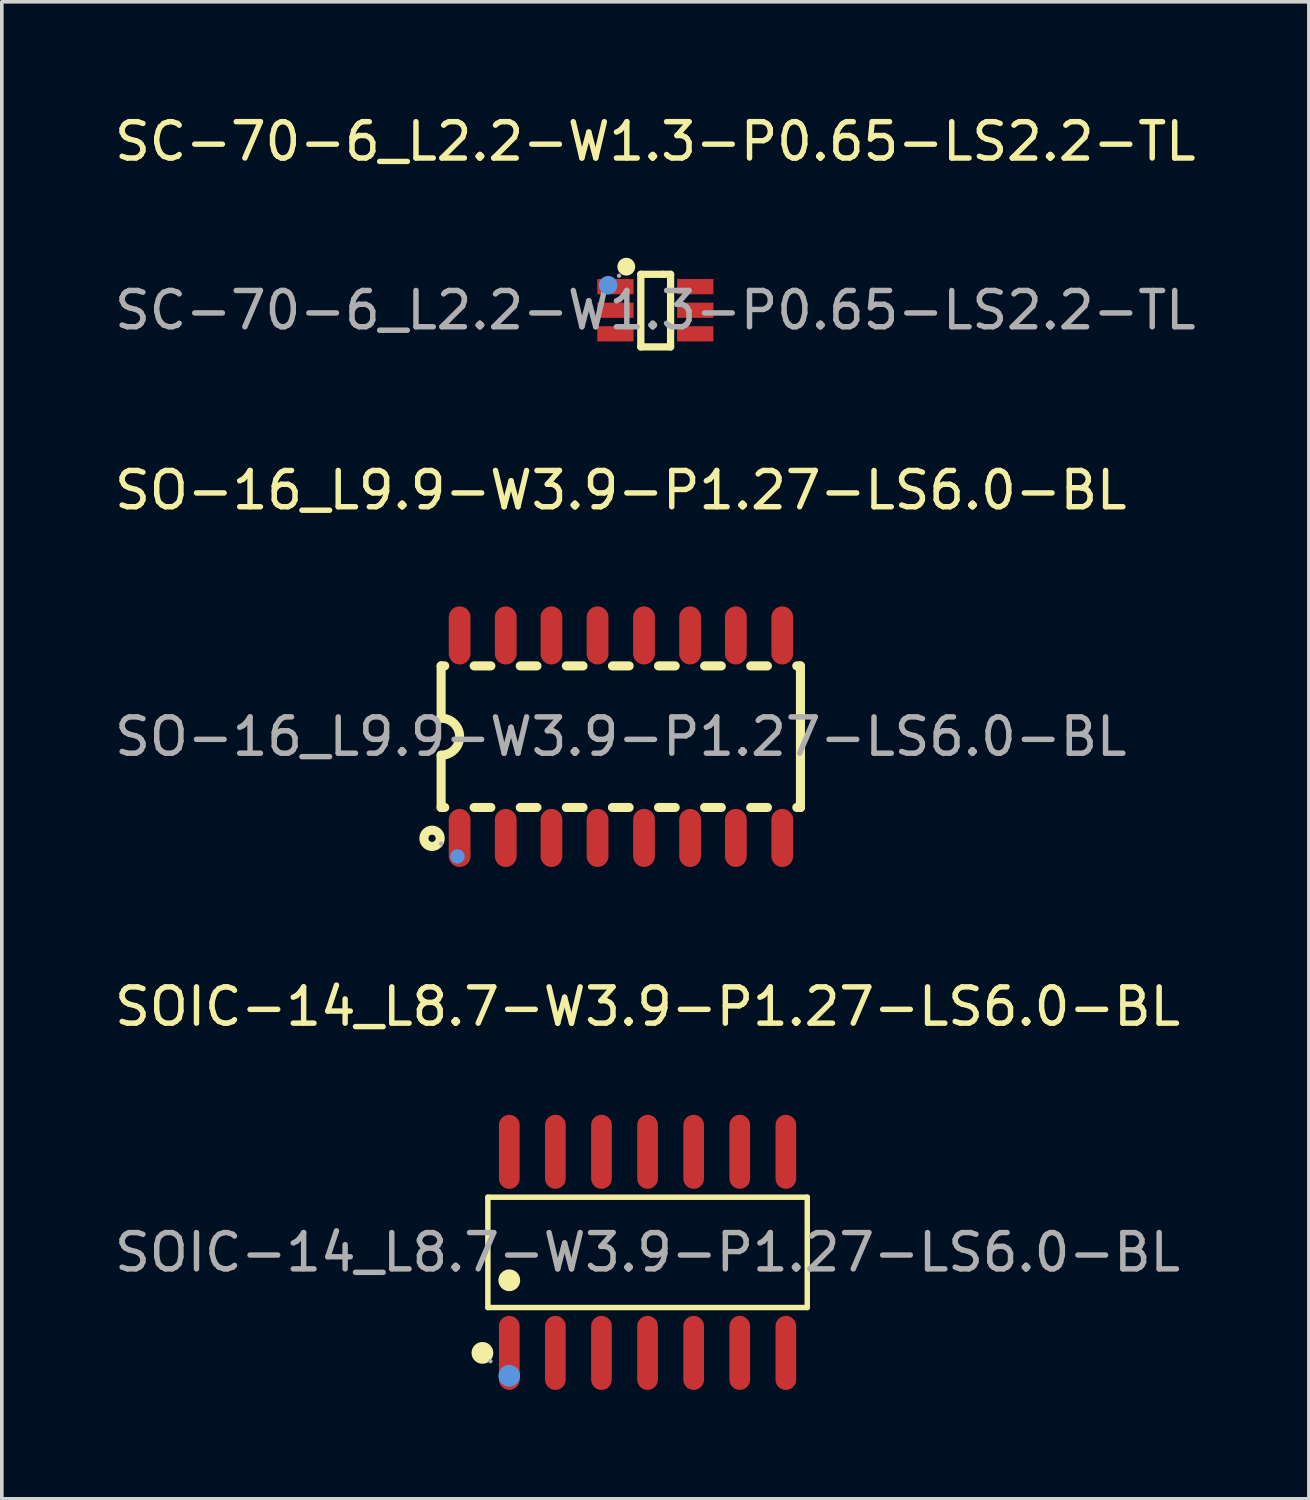
<source format=kicad_pcb>
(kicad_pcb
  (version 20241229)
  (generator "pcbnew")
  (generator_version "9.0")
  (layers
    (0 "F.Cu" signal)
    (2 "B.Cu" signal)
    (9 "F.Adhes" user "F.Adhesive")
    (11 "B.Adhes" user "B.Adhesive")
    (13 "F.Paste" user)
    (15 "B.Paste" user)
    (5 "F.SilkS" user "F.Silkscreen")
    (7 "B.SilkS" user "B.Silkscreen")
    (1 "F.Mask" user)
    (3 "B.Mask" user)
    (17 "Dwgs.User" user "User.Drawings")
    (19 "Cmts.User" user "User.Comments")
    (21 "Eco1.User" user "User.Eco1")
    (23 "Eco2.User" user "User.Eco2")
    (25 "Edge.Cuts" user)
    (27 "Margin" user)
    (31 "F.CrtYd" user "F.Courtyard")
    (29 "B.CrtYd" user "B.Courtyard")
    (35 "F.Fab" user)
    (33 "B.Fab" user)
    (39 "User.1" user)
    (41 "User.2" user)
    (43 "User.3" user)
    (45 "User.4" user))
  (footprint "SO-16_L9.9-W3.9-P1.27-LS6.0-BL"
    (layer "F.Cu")
    (at 14.054 17.247)
    (property "Reference" "SO-16_L9.9-W3.9-P1.27-LS6.0-BL" (at 0 -6.79 0) (layer "F.SilkS") (effects (font (size 1 1) (thickness 0.15))))
    (attr through_hole)
    (fp_line (start -4.95 -1.95) (end -4.95 -0.51) (stroke (width 0.25) (type solid)) (layer "F.SilkS"))
    (fp_line (start -4.95 -1.95) (end -4.85 -1.95) (stroke (width 0.25) (type solid)) (layer "F.SilkS"))
    (fp_line (start -4.95 1.95) (end -4.95 0.51) (stroke (width 0.25) (type solid)) (layer "F.SilkS"))
    (fp_line (start -4.95 1.95) (end -4.85 1.95) (stroke (width 0.25) (type solid)) (layer "F.SilkS"))
    (fp_line (start -4.04 -1.95) (end -3.58 -1.95) (stroke (width 0.25) (type solid)) (layer "F.SilkS"))
    (fp_line (start -4.04 1.95) (end -3.58 1.95) (stroke (width 0.25) (type solid)) (layer "F.SilkS"))
    (fp_line (start -2.77 -1.95) (end -2.31 -1.95) (stroke (width 0.25) (type solid)) (layer "F.SilkS"))
    (fp_line (start -2.77 1.95) (end -2.31 1.95) (stroke (width 0.25) (type solid)) (layer "F.SilkS"))
    (fp_line (start -1.5 -1.95) (end -1.04 -1.95) (stroke (width 0.25) (type solid)) (layer "F.SilkS"))
    (fp_line (start -1.5 1.95) (end -1.04 1.95) (stroke (width 0.25) (type solid)) (layer "F.SilkS"))
    (fp_line (start -0.23 -1.95) (end 0.23 -1.95) (stroke (width 0.25) (type solid)) (layer "F.SilkS"))
    (fp_line (start -0.23 1.95) (end 0.23 1.95) (stroke (width 0.25) (type solid)) (layer "F.SilkS"))
    (fp_line (start 1.04 -1.95) (end 1.5 -1.95) (stroke (width 0.25) (type solid)) (layer "F.SilkS"))
    (fp_line (start 1.04 1.95) (end 1.5 1.95) (stroke (width 0.25) (type solid)) (layer "F.SilkS"))
    (fp_line (start 2.31 -1.95) (end 2.77 -1.95) (stroke (width 0.25) (type solid)) (layer "F.SilkS"))
    (fp_line (start 2.31 1.95) (end 2.77 1.95) (stroke (width 0.25) (type solid)) (layer "F.SilkS"))
    (fp_line (start 3.58 -1.95) (end 4.04 -1.95) (stroke (width 0.25) (type solid)) (layer "F.SilkS"))
    (fp_line (start 3.58 1.95) (end 4.04 1.95) (stroke (width 0.25) (type solid)) (layer "F.SilkS"))
    (fp_line (start 4.85 -1.95) (end 4.95 -1.95) (stroke (width 0.25) (type solid)) (layer "F.SilkS"))
    (fp_line (start 4.85 1.95) (end 4.95 1.95) (stroke (width 0.25) (type solid)) (layer "F.SilkS"))
    (fp_line (start 4.95 -1.95) (end 4.95 1.95) (stroke (width 0.25) (type solid)) (layer "F.SilkS"))
    (fp_arc (start -4.95 -0.51) (mid -4.44 0) (end -4.95 0.51) (stroke (width 0.25) (type solid)) (layer "F.SilkS"))
    (fp_circle (center -5.2 2.8) (end -5.1 2.8) (stroke (width 0.25) (type solid)) (fill no) (layer "F.SilkS"))
    (fp_circle (center -4.5 3.3) (end -4.4 3.3) (stroke (width 0.2) (type solid)) (fill no) (layer "Cmts.User"))
    (fp_circle (center -4.95 2.95) (end -4.92 2.95) (stroke (width 0.06) (type solid)) (fill no) (layer "F.Fab"))
    (fp_text user "${REFERENCE}" (at 0 0 0) (layer "F.Fab") (effects (font (size 1 1) (thickness 0.15))))
    (pad "1" smd oval (at -4.44 2.79) (size 0.6 1.6) (layers "F.Cu" "F.Mask" "F.Paste"))
    (pad "2" smd oval (at -3.17 2.79) (size 0.6 1.6) (layers "F.Cu" "F.Mask" "F.Paste"))
    (pad "3" smd oval (at -1.91 2.79) (size 0.6 1.6) (layers "F.Cu" "F.Mask" "F.Paste"))
    (pad "4" smd oval (at -0.64 2.79) (size 0.6 1.6) (layers "F.Cu" "F.Mask" "F.Paste"))
    (pad "5" smd oval (at 0.64 2.79) (size 0.6 1.6) (layers "F.Cu" "F.Mask" "F.Paste"))
    (pad "6" smd oval (at 1.91 2.79) (size 0.6 1.6) (layers "F.Cu" "F.Mask" "F.Paste"))
    (pad "7" smd oval (at 3.17 2.79) (size 0.6 1.6) (layers "F.Cu" "F.Mask" "F.Paste"))
    (pad "8" smd oval (at 4.45 2.79) (size 0.6 1.6) (layers "F.Cu" "F.Mask" "F.Paste"))
    (pad "9" smd oval (at 4.45 -2.79) (size 0.6 1.6) (layers "F.Cu" "F.Mask" "F.Paste"))
    (pad "10" smd oval (at 3.17 -2.79) (size 0.6 1.6) (layers "F.Cu" "F.Mask" "F.Paste"))
    (pad "11" smd oval (at 1.91 -2.79) (size 0.6 1.6) (layers "F.Cu" "F.Mask" "F.Paste"))
    (pad "12" smd oval (at 0.64 -2.79) (size 0.6 1.6) (layers "F.Cu" "F.Mask" "F.Paste"))
    (pad "13" smd oval (at -0.64 -2.79) (size 0.6 1.6) (layers "F.Cu" "F.Mask" "F.Paste"))
    (pad "14" smd oval (at -1.91 -2.79) (size 0.6 1.6) (layers "F.Cu" "F.Mask" "F.Paste"))
    (pad "15" smd oval (at -3.17 -2.79) (size 0.6 1.6) (layers "F.Cu" "F.Mask" "F.Paste"))
    (pad "16" smd oval (at -4.44 -2.79) (size 0.6 1.6) (layers "F.Cu" "F.Mask" "F.Paste")))
  (footprint "SOIC-14_L8.7-W3.9-P1.27-LS6.0-BL"
    (layer "F.Cu")
    (at 14.792 31.455)
    (property "Reference" "SOIC-14_L8.7-W3.9-P1.27-LS6.0-BL" (at 0 -6.77 0) (layer "F.SilkS") (effects (font (size 1 1) (thickness 0.15))))
    (attr through_hole)
    (fp_line (start -4.4 -1.52) (end 4.4 -1.52) (stroke (width 0.15) (type solid)) (layer "F.SilkS"))
    (fp_line (start -4.4 1.52) (end -4.4 -1.52) (stroke (width 0.15) (type solid)) (layer "F.SilkS"))
    (fp_line (start 4.4 -1.52) (end 4.4 1.52) (stroke (width 0.15) (type solid)) (layer "F.SilkS"))
    (fp_line (start 4.4 1.52) (end -4.4 1.52) (stroke (width 0.15) (type solid)) (layer "F.SilkS"))
    (fp_circle (center -4.55 2.77) (end -4.4 2.77) (stroke (width 0.3) (type solid)) (fill no) (layer "F.SilkS"))
    (fp_circle (center -3.81 0.77) (end -3.66 0.77) (stroke (width 0.3) (type solid)) (fill no) (layer "F.SilkS"))
    (fp_circle (center -3.81 3.4) (end -3.66 3.4) (stroke (width 0.3) (type solid)) (fill no) (layer "Cmts.User"))
    (fp_circle (center -4.33 3) (end -4.3 3) (stroke (width 0.06) (type solid)) (fill no) (layer "F.Fab"))
    (fp_text user "${REFERENCE}" (at 0 0 0) (layer "F.Fab") (effects (font (size 1 1) (thickness 0.15))))
    (pad "1" smd oval (at -3.81 2.77) (size 0.57 2.04) (layers "F.Cu" "F.Mask" "F.Paste"))
    (pad "2" smd oval (at -2.54 2.77) (size 0.57 2.04) (layers "F.Cu" "F.Mask" "F.Paste"))
    (pad "3" smd oval (at -1.27 2.77) (size 0.57 2.04) (layers "F.Cu" "F.Mask" "F.Paste"))
    (pad "4" smd oval (at 0 2.77) (size 0.57 2.04) (layers "F.Cu" "F.Mask" "F.Paste"))
    (pad "5" smd oval (at 1.27 2.77) (size 0.57 2.04) (layers "F.Cu" "F.Mask" "F.Paste"))
    (pad "6" smd oval (at 2.54 2.77) (size 0.57 2.04) (layers "F.Cu" "F.Mask" "F.Paste"))
    (pad "7" smd oval (at 3.81 2.77) (size 0.57 2.04) (layers "F.Cu" "F.Mask" "F.Paste"))
    (pad "8" smd oval (at 3.81 -2.77) (size 0.57 2.04) (layers "F.Cu" "F.Mask" "F.Paste"))
    (pad "9" smd oval (at 2.54 -2.77) (size 0.57 2.04) (layers "F.Cu" "F.Mask" "F.Paste"))
    (pad "10" smd oval (at 1.27 -2.77) (size 0.57 2.04) (layers "F.Cu" "F.Mask" "F.Paste"))
    (pad "11" smd oval (at 0 -2.77) (size 0.57 2.04) (layers "F.Cu" "F.Mask" "F.Paste"))
    (pad "12" smd oval (at -1.27 -2.77) (size 0.57 2.04) (layers "F.Cu" "F.Mask" "F.Paste"))
    (pad "13" smd oval (at -2.54 -2.77) (size 0.57 2.04) (layers "F.Cu" "F.Mask" "F.Paste"))
    (pad "14" smd oval (at -3.81 -2.77) (size 0.57 2.04) (layers "F.Cu" "F.Mask" "F.Paste")))
  (footprint "SC-70-6_L2.2-W1.3-P0.65-LS2.2-TL"
    (layer "F.Cu")
    (at 15.006 5.498)
    (property "Reference" "SC-70-6_L2.2-W1.3-P0.65-LS2.2-TL" (at 0 -4.65 0) (layer "F.SilkS") (effects (font (size 1 1) (thickness 0.15))))
    (attr through_hole)
    (fp_line (start -0.4 -0.99) (end -0.4 1.01) (stroke (width 0.2) (type solid)) (layer "F.SilkS"))
    (fp_line (start -0.4 1.01) (end 0.42 1.01) (stroke (width 0.2) (type solid)) (layer "F.SilkS"))
    (fp_line (start 0.21 -0.99) (end -0.4 -0.99) (stroke (width 0.2) (type solid)) (layer "F.SilkS"))
    (fp_line (start 0.42 -0.99) (end 0.21 -0.99) (stroke (width 0.2) (type solid)) (layer "F.SilkS"))
    (fp_line (start 0.42 1.01) (end 0.42 -0.99) (stroke (width 0.2) (type solid)) (layer "F.SilkS"))
    (fp_arc (start -0.81 -1.08) (mid -0.795013 -1.320313) (end -0.799966 -1.079584) (stroke (width 0.25) (type solid)) (layer "F.SilkS"))
    (fp_circle (center -1.3 -0.69) (end -1.17 -0.69) (stroke (width 0.25) (type solid)) (fill no) (layer "Cmts.User"))
    (fp_circle (center -1 -0.95) (end -0.97 -0.95) (stroke (width 0.06) (type solid)) (fill no) (layer "F.Fab"))
    (fp_text user "${REFERENCE}" (at 0 0 0) (layer "F.Fab") (effects (font (size 1 1) (thickness 0.15))))
    (pad "1" smd rect (at -1.1 -0.65 270) (size 0.42 1) (layers "F.Cu" "F.Mask" "F.Paste"))
    (pad "2" smd rect (at -1.1 0 270) (size 0.42 1) (layers "F.Cu" "F.Mask" "F.Paste"))
    (pad "3" smd rect (at -1.1 0.65 270) (size 0.42 1) (layers "F.Cu" "F.Mask" "F.Paste"))
    (pad "4" smd rect (at 1.1 0.65 90) (size 0.42 1) (layers "F.Cu" "F.Mask" "F.Paste"))
    (pad "5" smd rect (at 1.1 0 90) (size 0.42 1) (layers "F.Cu" "F.Mask" "F.Paste"))
    (pad "6" smd rect (at 1.1 -0.65 90) (size 0.42 1) (layers "F.Cu" "F.Mask" "F.Paste")))
  (gr_rect
    (start -3 -3)
    (end 33.012 38.245)
    (stroke (width 0.1) (type default))
    (fill no)
    (layer "Edge.Cuts")))
</source>
